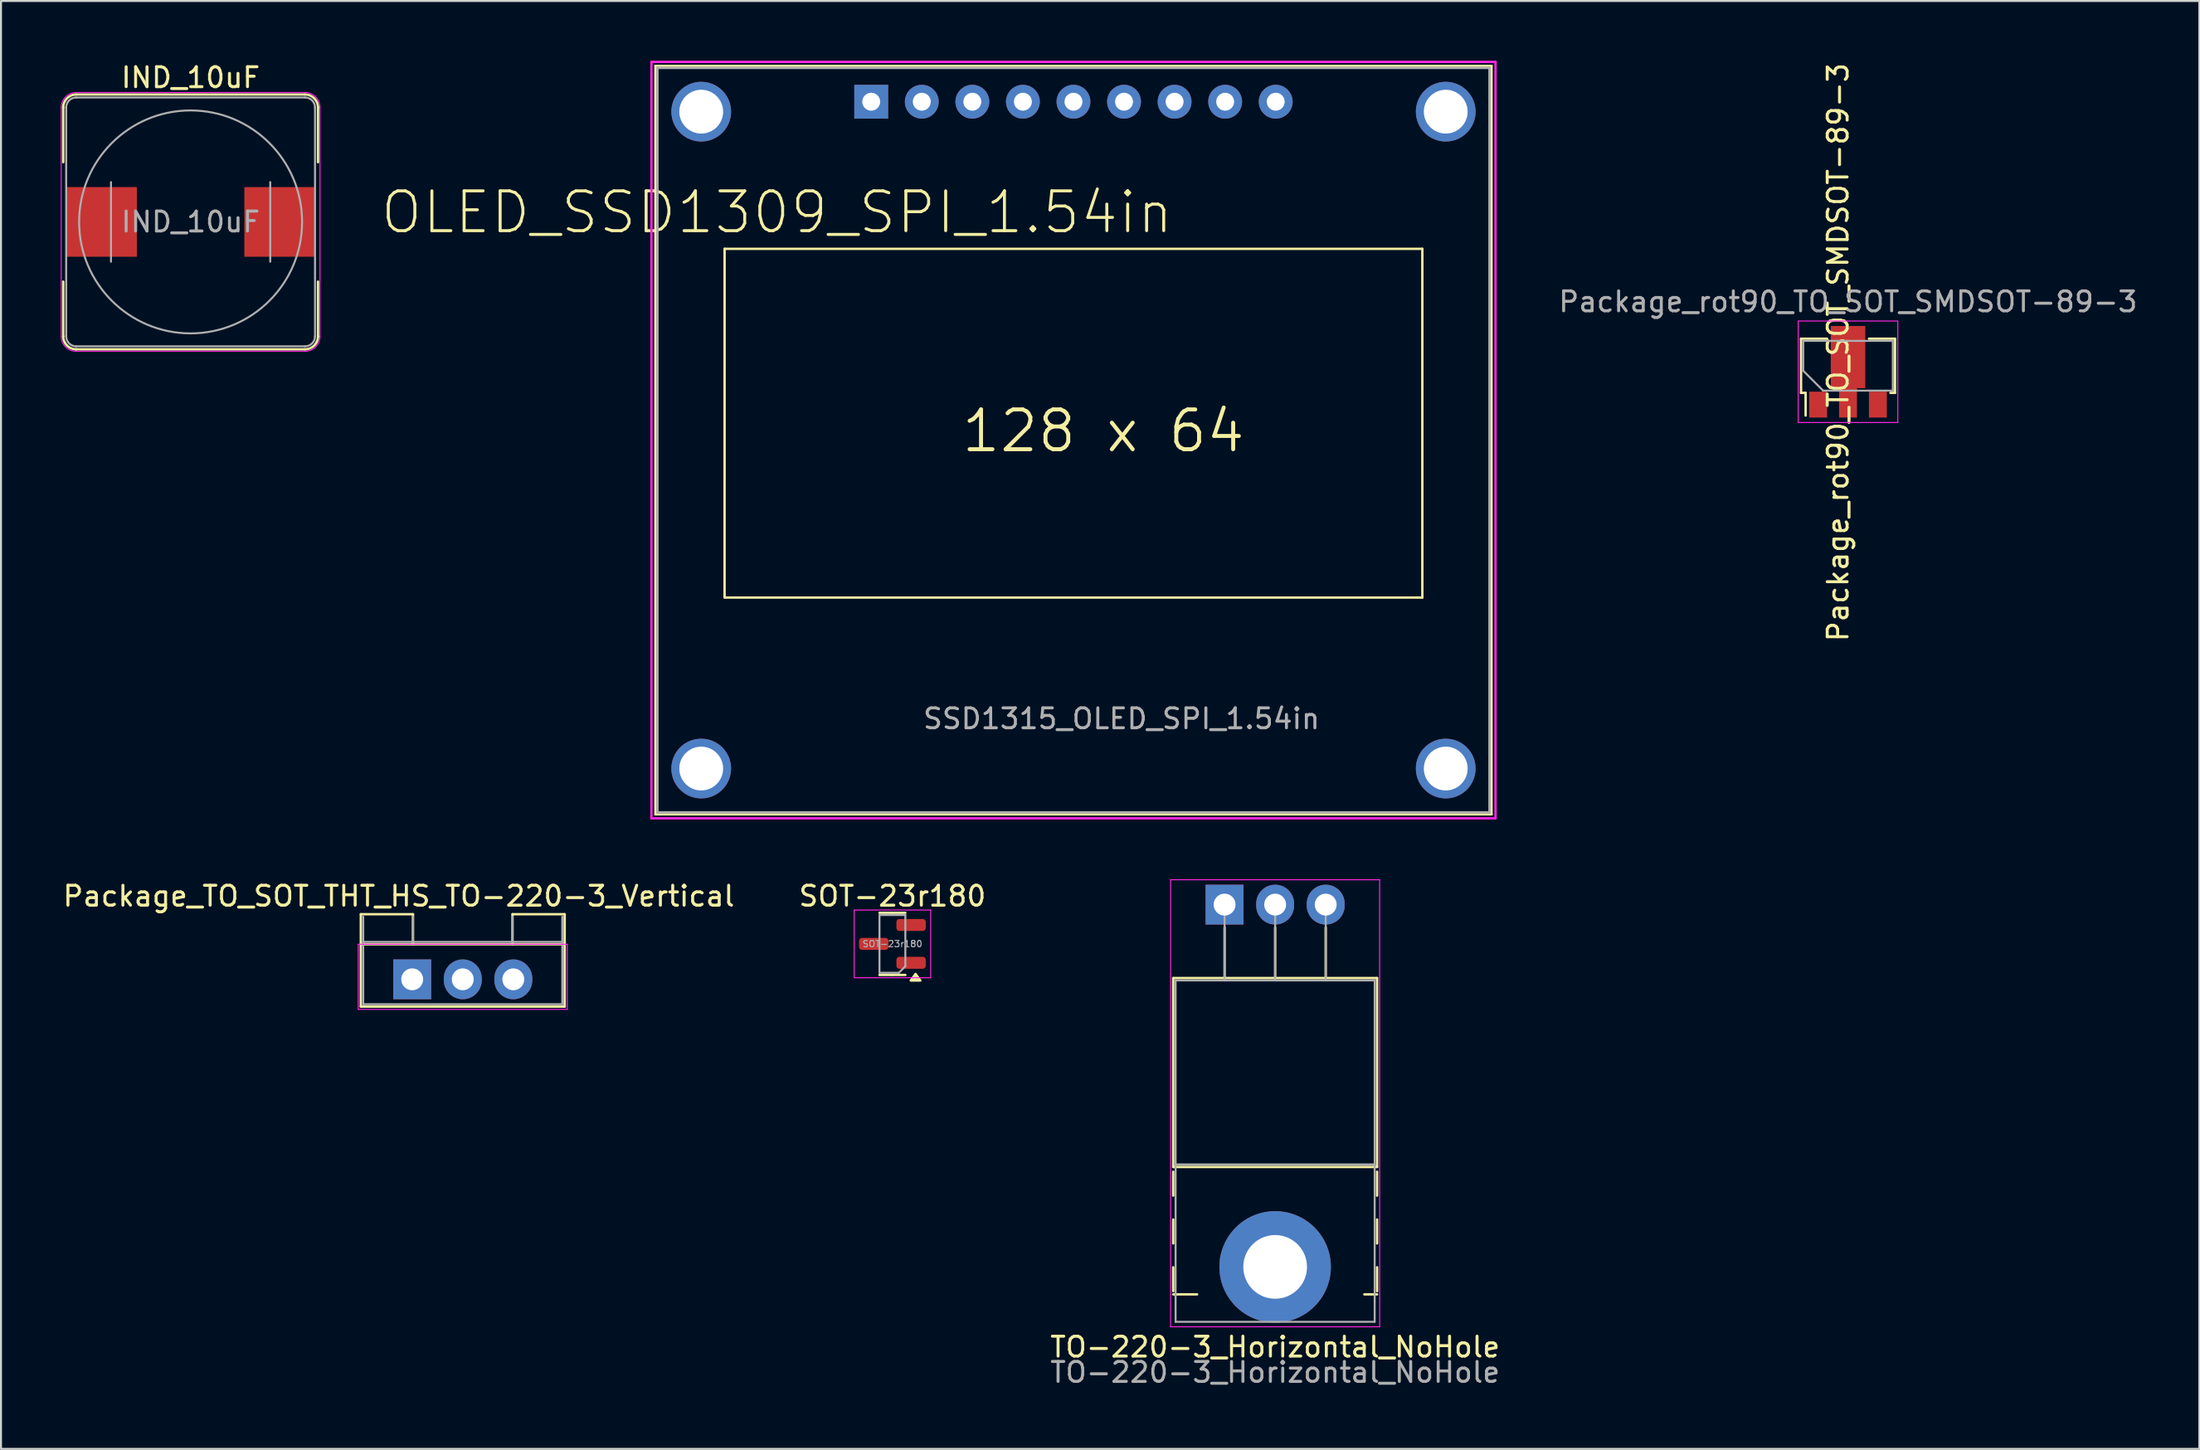
<source format=kicad_pcb>
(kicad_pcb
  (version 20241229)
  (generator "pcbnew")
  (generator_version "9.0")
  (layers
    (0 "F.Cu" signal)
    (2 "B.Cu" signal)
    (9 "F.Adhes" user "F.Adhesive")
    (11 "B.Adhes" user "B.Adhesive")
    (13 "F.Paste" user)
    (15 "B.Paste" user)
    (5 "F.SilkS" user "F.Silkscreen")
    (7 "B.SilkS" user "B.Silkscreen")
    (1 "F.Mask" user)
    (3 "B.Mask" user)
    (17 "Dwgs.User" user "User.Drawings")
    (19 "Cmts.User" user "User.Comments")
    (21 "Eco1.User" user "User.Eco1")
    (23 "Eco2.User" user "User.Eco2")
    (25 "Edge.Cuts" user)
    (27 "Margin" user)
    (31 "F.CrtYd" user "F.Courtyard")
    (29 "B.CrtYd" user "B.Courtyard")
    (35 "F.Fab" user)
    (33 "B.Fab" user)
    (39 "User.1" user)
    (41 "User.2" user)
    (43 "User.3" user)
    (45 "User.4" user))
  (footprint "Package_TO_SOT_THT_HS_TO-220-3_Vertical"
    (layer "F.Cu")
    (at 20.196 46.148)
    (property "Reference" "Package_TO_SOT_THT_HS_TO-220-3_Vertical" (at -3.214 -4.18 0) (unlocked yes) (layer "F.SilkS") (effects (font (size 1 1) (thickness 0.15))))
    (attr through_hole)
    (fp_line (start -5.12 -3.27) (end -5.12 1.371) (stroke (width 0.12) (type solid)) (layer "F.SilkS"))
    (fp_line (start -5.12 -1.76) (end 5.12 -1.76) (stroke (width 0.12) (type solid)) (layer "F.SilkS"))
    (fp_line (start -5.12 1.371) (end 5.12 1.371) (stroke (width 0.12) (type solid)) (layer "F.SilkS"))
    (fp_line (start -2.5 -3.27) (end -5.12 -3.27) (stroke (width 0.12) (type default)) (layer "F.SilkS"))
    (fp_line (start -2.5 -3.27) (end -2.5 -1.76) (stroke (width 0.12) (type solid)) (layer "F.SilkS"))
    (fp_line (start 2.5 -3.27) (end 2.5 -1.76) (stroke (width 0.12) (type solid)) (layer "F.SilkS"))
    (fp_line (start 2.5 -3.27) (end 5.12 -3.27) (stroke (width 0.12) (type default)) (layer "F.SilkS"))
    (fp_line (start 5.12 -3.27) (end 5.12 1.371) (stroke (width 0.12) (type solid)) (layer "F.SilkS"))
    (fp_line (start -5.25 -1.76) (end -5.25 1.51) (stroke (width 0.05) (type solid)) (layer "F.CrtYd"))
    (fp_line (start -5.25 1.51) (end 5.25 1.51) (stroke (width 0.05) (type solid)) (layer "F.CrtYd"))
    (fp_line (start 5.25 -1.76) (end -5.25 -1.76) (stroke (width 0.05) (type solid)) (layer "F.CrtYd"))
    (fp_line (start 5.25 1.51) (end 5.25 -1.76) (stroke (width 0.05) (type solid)) (layer "F.CrtYd"))
    (fp_line (start -5 -3.15) (end -5 1.25) (stroke (width 0.1) (type solid)) (layer "F.Fab"))
    (fp_line (start -5 -1.88) (end 5 -1.88) (stroke (width 0.1) (type solid)) (layer "F.Fab"))
    (fp_line (start -5 1.25) (end 5 1.25) (stroke (width 0.1) (type solid)) (layer "F.Fab"))
    (fp_line (start -2.5 -3.15) (end -2.5 -1.88) (stroke (width 0.1) (type solid)) (layer "F.Fab"))
    (fp_line (start 2.5 -3.15) (end 2.5 -1.88) (stroke (width 0.1) (type solid)) (layer "F.Fab"))
    (fp_line (start 5 1.25) (end 5 -3.15) (stroke (width 0.1) (type solid)) (layer "F.Fab"))
    (pad "1" thru_hole rect (at -2.54 0) (size 1.905 2) (drill 1.1) (layers "*.Cu" "*.Mask"))
    (pad "2" thru_hole oval (at 0 0) (size 1.905 2) (drill 1.1) (layers "*.Cu" "*.Mask"))
    (pad "3" thru_hole oval (at 2.54 0) (size 1.905 2) (drill 1.1) (layers "*.Cu" "*.Mask")))
  (footprint "TO-220-3_Horizontal_NoHole"
    (layer "F.Cu")
    (at 58.466 42.395)
    (property "Reference" "TO-220-3_Horizontal_NoHole" (at 2.54 22.225 0) (layer "F.SilkS") (effects (font (size 1 1) (thickness 0.15))))
    (attr through_hole)
    (fp_line (start -2.58 3.69) (end -2.58 13.18) (stroke (width 0.12) (type solid)) (layer "F.SilkS"))
    (fp_line (start -2.58 3.69) (end 7.66 3.69) (stroke (width 0.12) (type solid)) (layer "F.SilkS"))
    (fp_line (start -2.58 13.18) (end 7.66 13.18) (stroke (width 0.12) (type solid)) (layer "F.SilkS"))
    (fp_line (start -2.58 13.42) (end -2.58 14.62) (stroke (width 0.12) (type solid)) (layer "F.SilkS"))
    (fp_line (start -2.58 15.82) (end -2.58 17.02) (stroke (width 0.12) (type solid)) (layer "F.SilkS"))
    (fp_line (start -2.58 18.22) (end -2.58 19.42) (stroke (width 0.12) (type solid)) (layer "F.SilkS"))
    (fp_line (start -2.58 19.58) (end -1.38 19.58) (stroke (width 0.12) (type solid)) (layer "F.SilkS"))
    (fp_line (start 0 1.15) (end 0 3.69) (stroke (width 0.12) (type solid)) (layer "F.SilkS"))
    (fp_line (start 2.54 1.15) (end 2.54 3.69) (stroke (width 0.12) (type solid)) (layer "F.SilkS"))
    (fp_line (start 5.08 1.15) (end 5.08 3.69) (stroke (width 0.12) (type solid)) (layer "F.SilkS"))
    (fp_line (start 7.02 19.58) (end 7.66 19.58) (stroke (width 0.12) (type solid)) (layer "F.SilkS"))
    (fp_line (start 7.66 3.69) (end 7.66 13.18) (stroke (width 0.12) (type solid)) (layer "F.SilkS"))
    (fp_line (start 7.66 13.42) (end 7.66 14.62) (stroke (width 0.12) (type solid)) (layer "F.SilkS"))
    (fp_line (start 7.66 15.82) (end 7.66 17.02) (stroke (width 0.12) (type solid)) (layer "F.SilkS"))
    (fp_line (start 7.66 18.22) (end 7.66 19.42) (stroke (width 0.12) (type solid)) (layer "F.SilkS"))
    (fp_line (start -2.71 -1.25) (end -2.71 21.21) (stroke (width 0.05) (type solid)) (layer "F.CrtYd"))
    (fp_line (start -2.71 21.21) (end 7.79 21.21) (stroke (width 0.05) (type solid)) (layer "F.CrtYd"))
    (fp_line (start 7.79 -1.25) (end -2.71 -1.25) (stroke (width 0.05) (type solid)) (layer "F.CrtYd"))
    (fp_line (start 7.79 21.21) (end 7.79 -1.25) (stroke (width 0.05) (type solid)) (layer "F.CrtYd"))
    (fp_line (start -2.46 3.81) (end -2.46 13.06) (stroke (width 0.1) (type solid)) (layer "F.Fab"))
    (fp_line (start -2.46 13.06) (end -2.46 20.96) (stroke (width 0.1) (type solid)) (layer "F.Fab"))
    (fp_line (start -2.46 13.06) (end 7.54 13.06) (stroke (width 0.1) (type solid)) (layer "F.Fab"))
    (fp_line (start -2.46 20.96) (end 7.54 20.96) (stroke (width 0.1) (type solid)) (layer "F.Fab"))
    (fp_line (start 0 3.81) (end 0 0) (stroke (width 0.1) (type solid)) (layer "F.Fab"))
    (fp_line (start 2.54 3.81) (end 2.54 0) (stroke (width 0.1) (type solid)) (layer "F.Fab"))
    (fp_line (start 5.08 3.81) (end 5.08 0) (stroke (width 0.1) (type solid)) (layer "F.Fab"))
    (fp_line (start 7.54 3.81) (end -2.46 3.81) (stroke (width 0.1) (type solid)) (layer "F.Fab"))
    (fp_line (start 7.54 13.06) (end -2.46 13.06) (stroke (width 0.1) (type solid)) (layer "F.Fab"))
    (fp_line (start 7.54 13.06) (end 7.54 3.81) (stroke (width 0.1) (type solid)) (layer "F.Fab"))
    (fp_line (start 7.54 20.96) (end 7.54 13.06) (stroke (width 0.1) (type solid)) (layer "F.Fab"))
    (fp_text user "${REFERENCE}" (at 2.54 23.495 0) (layer "F.Fab") (effects (font (size 1 1) (thickness 0.15))))
    (pad "1" thru_hole rect (at 0 0) (size 1.905 2) (drill 1.1) (layers "*.Cu" "*.Mask"))
    (pad "2" thru_hole oval (at 2.54 0) (size 1.905 2) (drill 1.1) (layers "*.Cu" "*.Mask"))
    (pad "2" thru_hole circle (at 2.54 18.2) (size 5.6 5.6) (drill 3.2) (layers "*.Cu" "*.Mask"))
    (pad "3" thru_hole oval (at 5.08 0) (size 1.905 2) (drill 1.1) (layers "*.Cu" "*.Mask")))
  (footprint "IND_10uF"
    (layer "F.Cu")
    (at 6.525 8.098)
    (property "Reference" "IND_10uF" (at 0 -7.25 0) (layer "F.SilkS") (effects (font (size 1 1) (thickness 0.15))))
    (attr smd)
    (fp_line (start -6.4 -5.75) (end -6.4 -3) (stroke (width 0.12) (type solid)) (layer "F.SilkS"))
    (fp_line (start -6.4 3) (end -6.4 5.75) (stroke (width 0.12) (type solid)) (layer "F.SilkS"))
    (fp_line (start -5.75 -6.4) (end 5.75 -6.4) (stroke (width 0.12) (type solid)) (layer "F.SilkS"))
    (fp_line (start 5.75 6.4) (end -5.75 6.4) (stroke (width 0.12) (type solid)) (layer "F.SilkS"))
    (fp_line (start 6.4 -5.75) (end 6.4 -3) (stroke (width 0.12) (type solid)) (layer "F.SilkS"))
    (fp_line (start 6.4 3) (end 6.4 5.75) (stroke (width 0.12) (type solid)) (layer "F.SilkS"))
    (fp_arc (start -6.4 -5.75) (mid -6.209619 -6.209619) (end -5.75 -6.4) (stroke (width 0.12) (type solid)) (layer "F.SilkS"))
    (fp_arc (start -5.75 6.4) (mid -6.209619 6.209619) (end -6.4 5.75) (stroke (width 0.12) (type solid)) (layer "F.SilkS"))
    (fp_arc (start 5.75 -6.4) (mid 6.209619 -6.209619) (end 6.4 -5.75) (stroke (width 0.12) (type solid)) (layer "F.SilkS"))
    (fp_arc (start 6.4 5.75) (mid 6.209619 6.209619) (end 5.75 6.4) (stroke (width 0.12) (type solid)) (layer "F.SilkS"))
    (fp_line (start -6.5 5.75) (end -6.5 -5.75) (stroke (width 0.05) (type solid)) (layer "F.CrtYd"))
    (fp_line (start -5.75 -6.5) (end 5.75 -6.5) (stroke (width 0.05) (type solid)) (layer "F.CrtYd"))
    (fp_line (start 5.75 6.5) (end -5.75 6.5) (stroke (width 0.05) (type solid)) (layer "F.CrtYd"))
    (fp_line (start 6.5 -5.75) (end 6.5 5.75) (stroke (width 0.05) (type solid)) (layer "F.CrtYd"))
    (fp_arc (start -6.5 -5.75) (mid -6.28033 -6.28033) (end -5.75 -6.5) (stroke (width 0.05) (type solid)) (layer "F.CrtYd"))
    (fp_arc (start -5.75 6.5) (mid -6.28033 6.28033) (end -6.5 5.75) (stroke (width 0.05) (type solid)) (layer "F.CrtYd"))
    (fp_arc (start 5.75 -6.5) (mid 6.28033 -6.28033) (end 6.5 -5.75) (stroke (width 0.05) (type solid)) (layer "F.CrtYd"))
    (fp_arc (start 6.5 5.75) (mid 6.28033 6.28033) (end 5.75 6.5) (stroke (width 0.05) (type solid)) (layer "F.CrtYd"))
    (fp_line (start -6.25 -5.75) (end -6.25 5.75) (stroke (width 0.1) (type solid)) (layer "F.Fab"))
    (fp_line (start -5.75 -6.25) (end 5.75 -6.25) (stroke (width 0.1) (type solid)) (layer "F.Fab"))
    (fp_line (start -4 2) (end -4 -2) (stroke (width 0.1) (type solid)) (layer "F.Fab"))
    (fp_line (start 4 -2) (end 4 2) (stroke (width 0.1) (type solid)) (layer "F.Fab"))
    (fp_line (start 5.75 6.25) (end -5.75 6.25) (stroke (width 0.1) (type solid)) (layer "F.Fab"))
    (fp_line (start 6.25 -5.75) (end 6.25 5.75) (stroke (width 0.1) (type solid)) (layer "F.Fab"))
    (fp_arc (start -6.25 -5.75) (mid -6.103553 -6.103553) (end -5.75 -6.25) (stroke (width 0.1) (type solid)) (layer "F.Fab"))
    (fp_arc (start -5.75 6.25) (mid -6.103553 6.103553) (end -6.25 5.75) (stroke (width 0.1) (type solid)) (layer "F.Fab"))
    (fp_arc (start 5.75 -6.25) (mid 6.103553 -6.103553) (end 6.25 -5.75) (stroke (width 0.1) (type solid)) (layer "F.Fab"))
    (fp_arc (start 6.25 5.75) (mid 6.103553 6.103553) (end 5.75 6.25) (stroke (width 0.1) (type solid)) (layer "F.Fab"))
    (fp_circle (center 0 0) (end 0 -5.6) (stroke (width 0.1) (type solid)) (fill no) (layer "F.Fab"))
    (fp_text user "${REFERENCE}" (at 0 0 0) (layer "F.Fab") (effects (font (size 1 1) (thickness 0.15))))
    (pad "1" smd rect (at -4.475 0) (size 3.55 3.5) (layers "F.Cu" "F.Mask" "F.Paste"))
    (pad "2" smd rect (at 4.475 0) (size 3.55 3.5) (layers "F.Cu" "F.Mask" "F.Paste")))
  (footprint "Package_rot90_TO_SOT_SMDSOT-89-3"
    (layer "F.Cu")
    (at 89.784 15.766)
    (property "Reference" "Package_rot90_TO_SOT_SMDSOT-89-3" (at -0.5 -1.117 90) (unlocked yes) (layer "F.SilkS") (effects (font (size 1 1) (thickness 0.15))))
    (attr smd)
    (fp_line (start -2.36 -1.8) (end -1.05 -1.8) (stroke (width 0.12) (type solid)) (layer "F.SilkS"))
    (fp_line (start -2.36 0.92) (end -2.36 -1.8) (stroke (width 0.12) (type solid)) (layer "F.SilkS"))
    (fp_line (start -2.36 0.92) (end -2.13 0.92) (stroke (width 0.12) (type solid)) (layer "F.SilkS"))
    (fp_line (start -2.13 2.06) (end -2.13 0.92) (stroke (width 0.12) (type solid)) (layer "F.SilkS"))
    (fp_line (start 1.05 -1.8) (end 2.36 -1.8) (stroke (width 0.12) (type solid)) (layer "F.SilkS"))
    (fp_line (start 2.36 -1.8) (end 2.36 0.92) (stroke (width 0.12) (type solid)) (layer "F.SilkS"))
    (fp_line (start 2.36 0.92) (end 2.13 0.92) (stroke (width 0.12) (type solid)) (layer "F.SilkS"))
    (fp_line (start -2.5 -2.69) (end -2.5 2.41) (stroke (width 0.05) (type solid)) (layer "F.CrtYd"))
    (fp_line (start -2.5 -2.69) (end 2.5 -2.69) (stroke (width 0.05) (type solid)) (layer "F.CrtYd"))
    (fp_line (start 2.5 2.41) (end -2.5 2.41) (stroke (width 0.05) (type solid)) (layer "F.CrtYd"))
    (fp_line (start 2.5 2.41) (end 2.5 -2.69) (stroke (width 0.05) (type solid)) (layer "F.CrtYd"))
    (fp_line (start -2.25 -1.69) (end 2.25 -1.69) (stroke (width 0.1) (type solid)) (layer "F.Fab"))
    (fp_line (start -2.25 -0.19) (end -2.25 -1.69) (stroke (width 0.1) (type solid)) (layer "F.Fab"))
    (fp_line (start -1.25 0.81) (end -2.25 -0.19) (stroke (width 0.1) (type solid)) (layer "F.Fab"))
    (fp_line (start 2.25 -1.69) (end 2.25 0.81) (stroke (width 0.1) (type solid)) (layer "F.Fab"))
    (fp_line (start 2.25 0.81) (end -1.25 0.81) (stroke (width 0.1) (type solid)) (layer "F.Fab"))
    (fp_text user "${REFERENCE}" (at 0 -3.658 180) (layer "F.Fab") (effects (font (size 1 1) (thickness 0.15))))
    (pad "1" smd rect (at -1.5 1.51 90) (size 1.3 0.9) (layers "F.Cu" "F.Mask" "F.Paste"))
    (pad "2" smd custom (at 0 1.423 90) (size 1.475 0.9) (layers "F.Cu" "F.Mask" "F.Paste") (options (anchor rect)) (primitives (gr_poly (pts (xy 3.862 0.867) (xy 0.738 0.867) (xy 0.738 -0.867) (xy 3.862 -0.867)) (width 0) (fill yes))))
    (pad "3" smd rect (at 1.5 1.51 90) (size 1.3 0.9) (layers "F.Cu" "F.Mask" "F.Paste")))
  (footprint "OLED_SSD1309_SPI_1.54in"
    (layer "F.Cu")
    (at 50.875 19.06)
    (property "Reference" "OLED_SSD1309_SPI_1.54in" (at -14.896 -11.441 0) (layer "F.SilkS") (effects (font (size 2 2) (thickness 0.15))))
    (attr through_hole)
    (fp_line (start -21 -18.8) (end -21 18.8) (stroke (width 0.12) (type solid)) (layer "F.SilkS"))
    (fp_line (start -21 -18.8) (end 21 -18.8) (stroke (width 0.12) (type solid)) (layer "F.SilkS"))
    (fp_line (start -17.525 -9.61) (end -17.526 7.899) (stroke (width 0.12) (type solid)) (layer "F.SilkS"))
    (fp_line (start -17.525 -9.61) (end 17.525 -9.61) (stroke (width 0.12) (type solid)) (layer "F.SilkS"))
    (fp_line (start -17.525 7.91) (end 17.525 7.91) (stroke (width 0.12) (type solid)) (layer "F.SilkS"))
    (fp_line (start 17.525 -9.61) (end 17.525 7.91) (stroke (width 0.12) (type solid)) (layer "F.SilkS"))
    (fp_line (start 21 -18.8) (end 21 18.8) (stroke (width 0.12) (type solid)) (layer "F.SilkS"))
    (fp_line (start 21 18.8) (end -21 18.8) (stroke (width 0.12) (type solid)) (layer "F.SilkS"))
    (fp_line (start -21.2 -19) (end -21.2 19) (stroke (width 0.12) (type solid)) (layer "F.CrtYd"))
    (fp_line (start -21.2 -19) (end 21.2 -19) (stroke (width 0.12) (type solid)) (layer "F.CrtYd"))
    (fp_line (start -21.2 19) (end 21.2 19) (stroke (width 0.12) (type solid)) (layer "F.CrtYd"))
    (fp_line (start 21.2 -19) (end 21.2 19) (stroke (width 0.12) (type solid)) (layer "F.CrtYd"))
    (fp_line (start -20.9 18.7) (end -20.9 -18.7) (stroke (width 0.12) (type solid)) (layer "F.Fab"))
    (fp_line (start -20.9 18.7) (end 20.9 18.7) (stroke (width 0.12) (type solid)) (layer "F.Fab"))
    (fp_line (start 20.9 -18.7) (end -20.9 -18.7) (stroke (width 0.12) (type solid)) (layer "F.Fab"))
    (fp_line (start 20.9 -18.7) (end 20.9 18.7) (stroke (width 0.12) (type solid)) (layer "F.Fab"))
    (fp_text user "128 x 64" (at 1.499 -0.457 0) (layer "F.SilkS") (effects (font (size 2 2) (thickness 0.2))))
    (fp_text user "SSD1315_OLED_SPI_1.54in" (at 2.413 13.995 0) (layer "F.Fab") (effects (font (size 1 1) (thickness 0.15))))
    (pad "" thru_hole circle (at -18.7 -16.5) (size 3 3) (drill 2.2) (layers "*.Cu" "*.Mask"))
    (pad "" thru_hole circle (at -18.7 16.5) (size 3 3) (drill 2.2) (layers "*.Cu" "*.Mask"))
    (pad "" thru_hole circle (at 18.7 -16.5) (size 3 3) (drill 2.2) (layers "*.Cu" "*.Mask"))
    (pad "" thru_hole circle (at 18.7 16.5) (size 3 3) (drill 2.2) (layers "*.Cu" "*.Mask"))
    (pad "1" thru_hole rect (at -10.16 -17) (size 1.7 1.7) (drill 0.9) (layers "*.Cu" "*.Mask"))
    (pad "2" thru_hole circle (at -7.62 -17) (size 1.7 1.7) (drill 0.9) (layers "*.Cu" "*.Mask"))
    (pad "3" thru_hole circle (at -5.08 -17) (size 1.7 1.7) (drill 0.9) (layers "*.Cu" "*.Mask"))
    (pad "4" thru_hole circle (at -2.54 -17) (size 1.7 1.7) (drill 0.9) (layers "*.Cu" "*.Mask"))
    (pad "5" thru_hole circle (at 0 -17) (size 1.7 1.7) (drill 0.9) (layers "*.Cu" "*.Mask"))
    (pad "6" thru_hole circle (at 2.54 -17) (size 1.7 1.7) (drill 0.9) (layers "*.Cu" "*.Mask"))
    (pad "7" thru_hole circle (at 5.08 -17) (size 1.7 1.7) (drill 0.9) (layers "*.Cu" "*.Mask"))
    (pad "8" thru_hole circle (at 7.62 -17) (size 1.7 1.7) (drill 0.9) (layers "*.Cu" "*.Mask"))
    (pad "9" thru_hole circle (at 10.16 -17) (size 1.7 1.7) (drill 0.9) (layers "*.Cu" "*.Mask")))
  (footprint "SOT-23r180"
    (layer "F.Cu")
    (at 41.78 44.368)
    (property "Reference" "SOT-23r180" (at 0 -2.4 0) (layer "F.SilkS") (effects (font (size 1 1) (thickness 0.15))))
    (attr smd)
    (fp_line (start 0 -1.56) (end -0.65 -1.56) (stroke (width 0.12) (type solid)) (layer "F.SilkS"))
    (fp_line (start 0 -1.56) (end 0.65 -1.56) (stroke (width 0.12) (type solid)) (layer "F.SilkS"))
    (fp_line (start 0 1.56) (end -0.65 1.56) (stroke (width 0.12) (type solid)) (layer "F.SilkS"))
    (fp_line (start 0 1.56) (end 0.65 1.56) (stroke (width 0.12) (type solid)) (layer "F.SilkS"))
    (fp_poly (pts (xy 1.163 1.51) (xy 1.403 1.84) (xy 0.922 1.84) (xy 1.163 1.51)) (stroke (width 0.12) (type solid)) (fill yes) (layer "F.SilkS"))
    (fp_line (start -1.92 -1.7) (end -1.92 1.7) (stroke (width 0.05) (type solid)) (layer "F.CrtYd"))
    (fp_line (start -1.92 1.7) (end 1.92 1.7) (stroke (width 0.05) (type solid)) (layer "F.CrtYd"))
    (fp_line (start 1.92 -1.7) (end -1.92 -1.7) (stroke (width 0.05) (type solid)) (layer "F.CrtYd"))
    (fp_line (start 1.92 1.7) (end 1.92 -1.7) (stroke (width 0.05) (type solid)) (layer "F.CrtYd"))
    (fp_line (start -0.65 -1.45) (end 0.65 -1.45) (stroke (width 0.1) (type solid)) (layer "F.Fab"))
    (fp_line (start -0.65 1.45) (end -0.65 -1.45) (stroke (width 0.1) (type solid)) (layer "F.Fab"))
    (fp_line (start 0.325 1.45) (end -0.65 1.45) (stroke (width 0.1) (type solid)) (layer "F.Fab"))
    (fp_line (start 0.65 -1.45) (end 0.65 1.125) (stroke (width 0.1) (type solid)) (layer "F.Fab"))
    (fp_line (start 0.65 1.125) (end 0.325 1.45) (stroke (width 0.1) (type solid)) (layer "F.Fab"))
    (fp_text user "${REFERENCE}" (at 0 0 180) (layer "F.Fab") (effects (font (size 0.32 0.32) (thickness 0.05))))
    (pad "1" smd roundrect (at 0.938 0.95 180) (size 1.475 0.6) (layers "F.Cu" "F.Mask" "F.Paste") (roundrect_rratio 0.25))
    (pad "2" smd roundrect (at 0.938 -0.95 180) (size 1.475 0.6) (layers "F.Cu" "F.Mask" "F.Paste") (roundrect_rratio 0.25))
    (pad "3" smd roundrect (at -0.938 0 180) (size 1.475 0.6) (layers "F.Cu" "F.Mask" "F.Paste") (roundrect_rratio 0.25)))
  (gr_rect
    (start -3 -3)
    (end 107.433 69.738)
    (stroke (width 0.1) (type default))
    (fill no)
    (layer "Edge.Cuts")))
</source>
